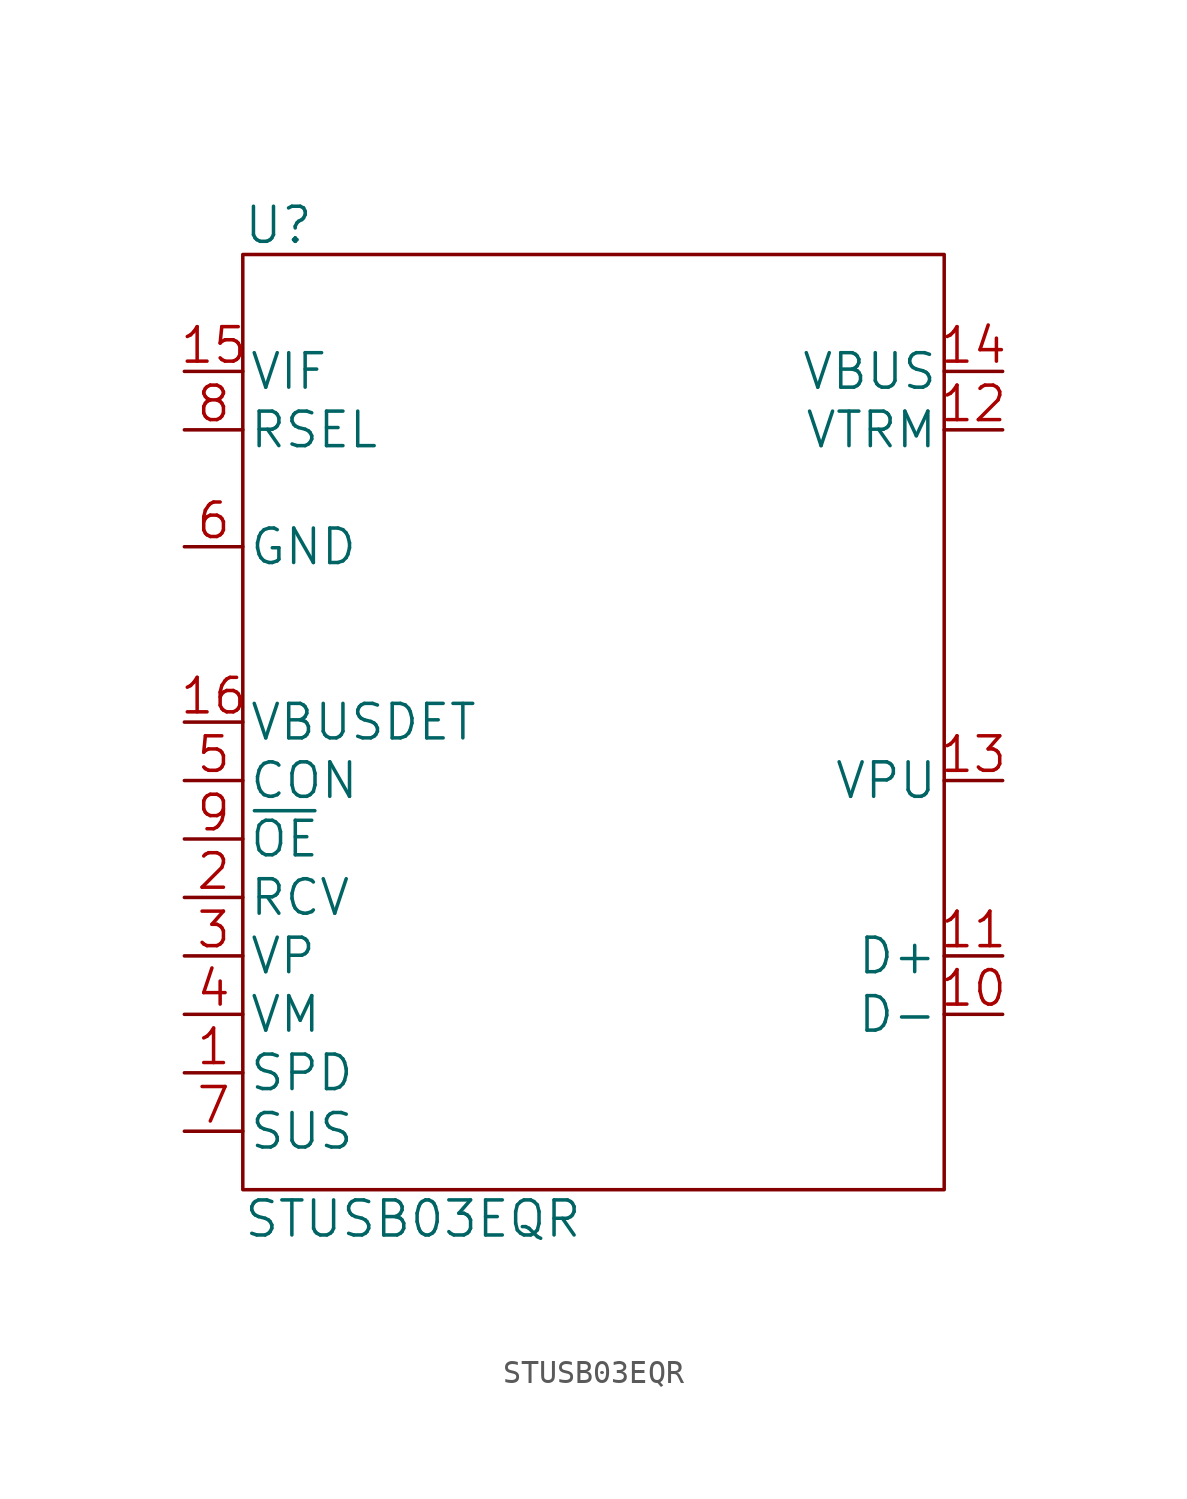
<source format=kicad_sym>
(kicad_symbol_lib
  (version 20220914)
  (generator kicad_symbol_editor)
  (symbol "STUSB03EQR"
    (pin_names
      (offset 0.254))
    (property "Reference" "U"
      (at 0 1.27 0)
      (effects (font (size 1.524 1.524)) (justify left)))
    (property "Value" "STUSB03EQR"
      (at 0 -41.91 0)
      (effects (font (size 1.524 1.524)) (justify left)))
    (symbol "STUSB03EQR_0_1"
      (rectangle (start 0 0) (end 30.48 -40.64) (stroke (width 0) (type default)) (fill (type none))))
    (symbol "STUSB03EQR_1_1"
      (pin input line (at -2.54 -35.56 0) (length 2.54) (name "SPD" (effects (font (size 1.499 1.499)))) (number "1" (effects (font (size 1.499 1.499)))))
      (pin tri_state line (at 33.02 -33.02 180) (length 2.54) (name "D-" (effects (font (size 1.499 1.499)))) (number "10" (effects (font (size 1.499 1.499)))))
      (pin tri_state line (at 33.02 -30.48 180) (length 2.54) (name "D+" (effects (font (size 1.499 1.499)))) (number "11" (effects (font (size 1.499 1.499)))))
      (pin power_out line (at 33.02 -7.62 180) (length 2.54) (name "VTRM" (effects (font (size 1.499 1.499)))) (number "12" (effects (font (size 1.499 1.499)))))
      (pin power_out line (at 33.02 -22.86 180) (length 2.54) (name "VPU" (effects (font (size 1.499 1.499)))) (number "13" (effects (font (size 1.499 1.499)))))
      (pin power_in line (at 33.02 -5.08 180) (length 2.54) (name "VBUS" (effects (font (size 1.499 1.499)))) (number "14" (effects (font (size 1.499 1.499)))))
      (pin power_in line (at -2.54 -5.08 0) (length 2.54) (name "VIF" (effects (font (size 1.499 1.499)))) (number "15" (effects (font (size 1.499 1.499)))))
      (pin output line (at -2.54 -20.32 0) (length 2.54) (name "VBUSDET" (effects (font (size 1.499 1.499)))) (number "16" (effects (font (size 1.499 1.499)))))
      (pin no_connect line (at 33.02 -38.1 180) (length 2.54) hide (name "NC" (effects (font (size 1.499 1.499)))) (number "17" (effects (font (size 1.499 1.499)))))
      (pin output line (at -2.54 -27.94 0) (length 2.54) (name "RCV" (effects (font (size 1.499 1.499)))) (number "2" (effects (font (size 1.499 1.499)))))
      (pin bidirectional line (at -2.54 -30.48 0) (length 2.54) (name "VP" (effects (font (size 1.499 1.499)))) (number "3" (effects (font (size 1.499 1.499)))))
      (pin bidirectional line (at -2.54 -33.02 0) (length 2.54) (name "VM" (effects (font (size 1.499 1.499)))) (number "4" (effects (font (size 1.499 1.499)))))
      (pin input line (at -2.54 -22.86 0) (length 2.54) (name "CON" (effects (font (size 1.499 1.499)))) (number "5" (effects (font (size 1.499 1.499)))))
      (pin power_in line (at -2.54 -12.7 0) (length 2.54) (name "GND" (effects (font (size 1.499 1.499)))) (number "6" (effects (font (size 1.499 1.499)))))
      (pin input line (at -2.54 -38.1 0) (length 2.54) (name "SUS" (effects (font (size 1.499 1.499)))) (number "7" (effects (font (size 1.499 1.499)))))
      (pin input line (at -2.54 -7.62 0) (length 2.54) (name "RSEL" (effects (font (size 1.499 1.499)))) (number "8" (effects (font (size 1.499 1.499)))))
      (pin input line (at -2.54 -25.4 0) (length 2.54) (name "~{OE}" (effects (font (size 1.499 1.499)))) (number "9" (effects (font (size 1.499 1.499))))))))
</source>
